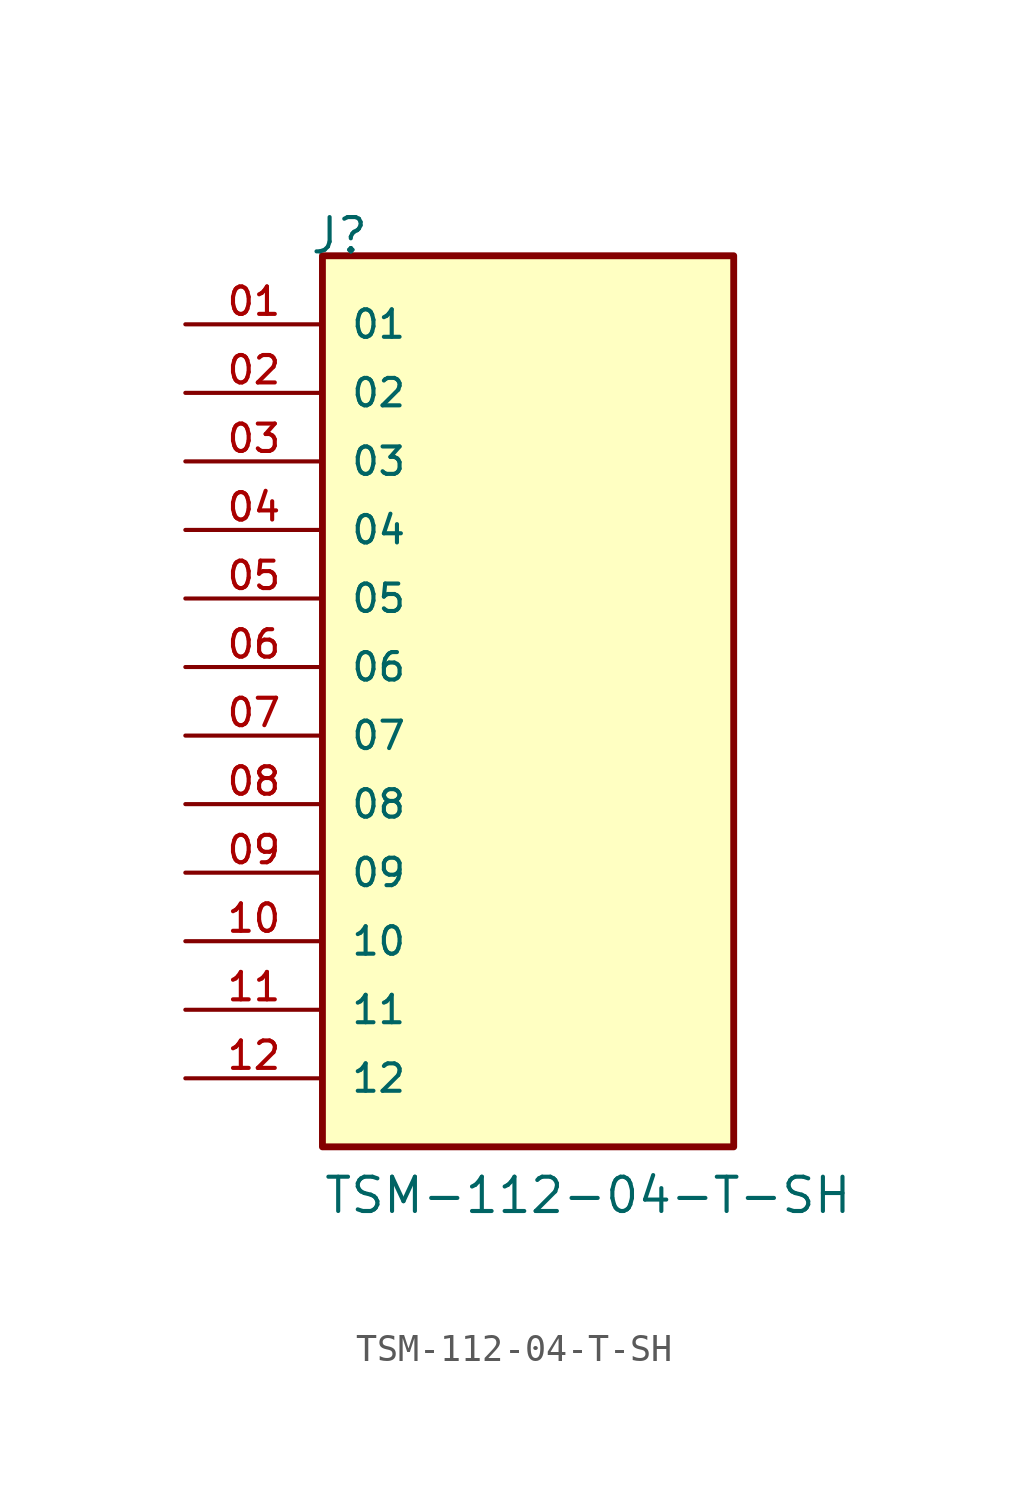
<source format=kicad_sym>
(kicad_symbol_lib
  (version 20211014)
  (generator kicad_symbol_editor)
  (symbol "TSM-112-04-T-SH"
    (pin_names
      (offset 1.016))
    (property "Reference" "J"
      (at -8.12 17.78 0)
      (effects (font (size 1.27 1.27)) (justify bottom left)))
    (property "Value" "TSM-112-04-T-SH"
      (at -7.62 -17.78 0)
      (effects (font (size 1.27 1.27)) (justify bottom left)))
    (symbol "TSM-112-04-T-SH_0_0"
      (rectangle (start -7.62 -15.24) (end 7.62 17.78) (stroke (width 0.254)) (fill (type background)))
      (pin passive line (at -12.7 15.24 0) (length 5.08) (name "01" (effects (font (size 1.016 1.016)))) (number "01" (effects (font (size 1.016 1.016)))))
      (pin passive line (at -12.7 12.7 0) (length 5.08) (name "02" (effects (font (size 1.016 1.016)))) (number "02" (effects (font (size 1.016 1.016)))))
      (pin passive line (at -12.7 10.16 0) (length 5.08) (name "03" (effects (font (size 1.016 1.016)))) (number "03" (effects (font (size 1.016 1.016)))))
      (pin passive line (at -12.7 7.62 0) (length 5.08) (name "04" (effects (font (size 1.016 1.016)))) (number "04" (effects (font (size 1.016 1.016)))))
      (pin passive line (at -12.7 5.08 0) (length 5.08) (name "05" (effects (font (size 1.016 1.016)))) (number "05" (effects (font (size 1.016 1.016)))))
      (pin passive line (at -12.7 2.54 0) (length 5.08) (name "06" (effects (font (size 1.016 1.016)))) (number "06" (effects (font (size 1.016 1.016)))))
      (pin passive line (at -12.7 0.0 0) (length 5.08) (name "07" (effects (font (size 1.016 1.016)))) (number "07" (effects (font (size 1.016 1.016)))))
      (pin passive line (at -12.7 -2.54 0) (length 5.08) (name "08" (effects (font (size 1.016 1.016)))) (number "08" (effects (font (size 1.016 1.016)))))
      (pin passive line (at -12.7 -5.08 0) (length 5.08) (name "09" (effects (font (size 1.016 1.016)))) (number "09" (effects (font (size 1.016 1.016)))))
      (pin passive line (at -12.7 -7.62 0) (length 5.08) (name "10" (effects (font (size 1.016 1.016)))) (number "10" (effects (font (size 1.016 1.016)))))
      (pin passive line (at -12.7 -10.16 0) (length 5.08) (name "11" (effects (font (size 1.016 1.016)))) (number "11" (effects (font (size 1.016 1.016)))))
      (pin passive line (at -12.7 -12.7 0) (length 5.08) (name "12" (effects (font (size 1.016 1.016)))) (number "12" (effects (font (size 1.016 1.016))))))))
</source>
